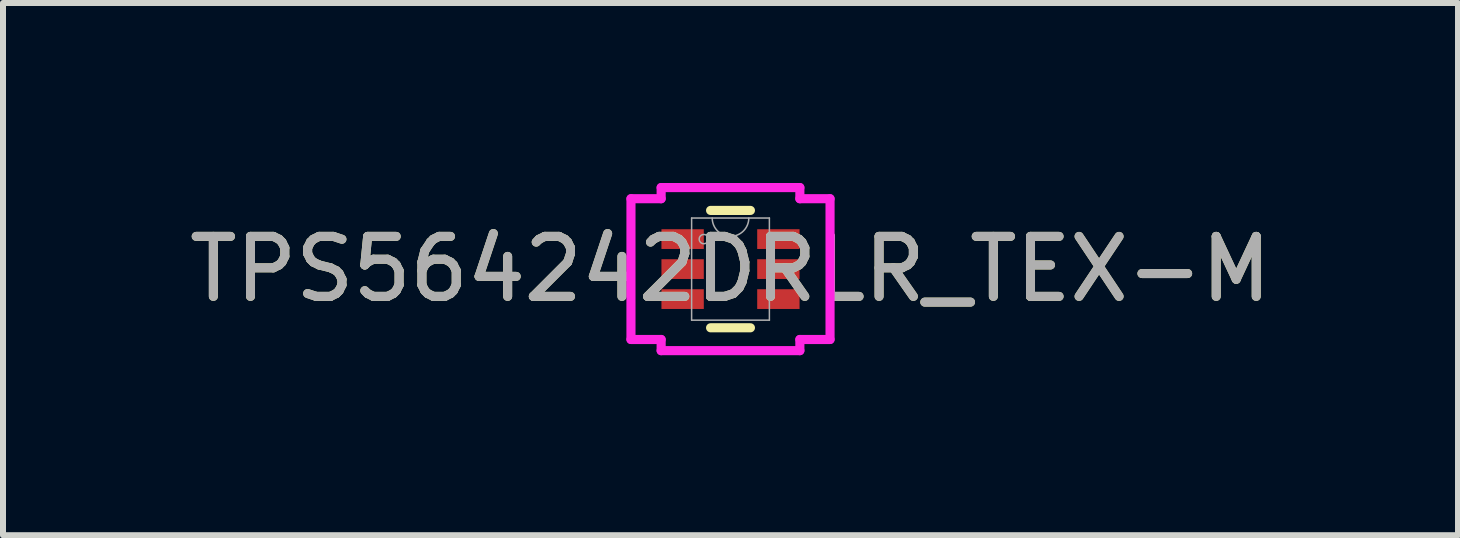
<source format=kicad_pcb>
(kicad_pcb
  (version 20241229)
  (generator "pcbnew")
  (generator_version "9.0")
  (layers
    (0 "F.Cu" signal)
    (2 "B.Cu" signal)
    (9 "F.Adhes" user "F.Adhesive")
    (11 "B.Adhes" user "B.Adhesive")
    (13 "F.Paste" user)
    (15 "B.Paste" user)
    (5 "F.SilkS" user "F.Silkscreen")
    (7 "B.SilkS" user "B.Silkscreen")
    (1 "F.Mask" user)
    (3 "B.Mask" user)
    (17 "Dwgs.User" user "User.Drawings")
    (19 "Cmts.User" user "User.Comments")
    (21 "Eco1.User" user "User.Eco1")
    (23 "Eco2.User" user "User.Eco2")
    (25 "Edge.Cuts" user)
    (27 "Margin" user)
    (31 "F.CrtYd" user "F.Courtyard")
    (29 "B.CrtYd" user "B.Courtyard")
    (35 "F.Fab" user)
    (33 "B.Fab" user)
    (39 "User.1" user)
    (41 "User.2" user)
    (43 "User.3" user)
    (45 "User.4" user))
  (footprint "TPS564242DRLR_TEX-M"
    (layer "F.Cu")
    (at 9.125 1.435)
    (property "Reference" "TPS564242DRLR_TEX-M" (at 0 0 0) (unlocked yes) (layer "F.SilkS") (effects (font (size 1 1) (thickness 0.15))))
    (attr smd)
    (fp_line (start -0.332 0.978) (end 0.332 0.978) (stroke (width 0.152) (type solid)) (layer "F.SilkS"))
    (fp_line (start 0.332 -0.978) (end -0.332 -0.978) (stroke (width 0.152) (type solid)) (layer "F.SilkS"))
    (fp_line (start -1.659 -1.173) (end -1.156 -1.173) (stroke (width 0.152) (type solid)) (layer "F.CrtYd"))
    (fp_line (start -1.659 1.173) (end -1.659 -1.173) (stroke (width 0.152) (type solid)) (layer "F.CrtYd"))
    (fp_line (start -1.156 -1.359) (end 1.156 -1.359) (stroke (width 0.152) (type solid)) (layer "F.CrtYd"))
    (fp_line (start -1.156 -1.173) (end -1.156 -1.359) (stroke (width 0.152) (type solid)) (layer "F.CrtYd"))
    (fp_line (start -1.156 1.173) (end -1.659 1.173) (stroke (width 0.152) (type solid)) (layer "F.CrtYd"))
    (fp_line (start -1.156 1.359) (end -1.156 1.173) (stroke (width 0.152) (type solid)) (layer "F.CrtYd"))
    (fp_line (start 1.156 -1.359) (end 1.156 -1.173) (stroke (width 0.152) (type solid)) (layer "F.CrtYd"))
    (fp_line (start 1.156 -1.173) (end 1.659 -1.173) (stroke (width 0.152) (type solid)) (layer "F.CrtYd"))
    (fp_line (start 1.156 1.173) (end 1.156 1.359) (stroke (width 0.152) (type solid)) (layer "F.CrtYd"))
    (fp_line (start 1.156 1.359) (end -1.156 1.359) (stroke (width 0.152) (type solid)) (layer "F.CrtYd"))
    (fp_line (start 1.659 -1.173) (end 1.659 1.173) (stroke (width 0.152) (type solid)) (layer "F.CrtYd"))
    (fp_line (start 1.659 1.173) (end 1.156 1.173) (stroke (width 0.152) (type solid)) (layer "F.CrtYd"))
    (fp_line (start -0.648 -0.851) (end -0.648 0.851) (stroke (width 0.025) (type solid)) (layer "F.Fab"))
    (fp_line (start -0.648 0.851) (end 0.648 0.851) (stroke (width 0.025) (type solid)) (layer "F.Fab"))
    (fp_line (start 0.648 -0.851) (end -0.648 -0.851) (stroke (width 0.025) (type solid)) (layer "F.Fab"))
    (fp_line (start 0.648 0.851) (end 0.648 -0.851) (stroke (width 0.025) (type solid)) (layer "F.Fab"))
    (fp_arc (start 0.3048 -0.8509) (mid 0 -0.5461) (end -0.3048 -0.8509) (stroke (width 0.0254) (type solid)) (layer "F.Fab"))
    (fp_circle (center -0.445 -0.5) (end -0.368 -0.5) (stroke (width 0.025) (type solid)) (fill no) (layer "F.Fab"))
    (fp_text user "${REFERENCE}" (at 0 0 0) (unlocked yes) (layer "F.Fab") (effects (font (size 1 1) (thickness 0.15))))
    (pad "1" smd rect (at -0.798 -0.5) (size 0.706 0.329) (layers "F.Cu" "F.Mask" "F.Paste"))
    (pad "2" smd rect (at -0.798 0) (size 0.706 0.329) (layers "F.Cu" "F.Mask" "F.Paste"))
    (pad "3" smd rect (at -0.798 0.5) (size 0.706 0.329) (layers "F.Cu" "F.Mask" "F.Paste"))
    (pad "4" smd rect (at 0.798 0.5) (size 0.706 0.329) (layers "F.Cu" "F.Mask" "F.Paste"))
    (pad "5" smd rect (at 0.798 0) (size 0.706 0.329) (layers "F.Cu" "F.Mask" "F.Paste"))
    (pad "6" smd rect (at 0.798 -0.5) (size 0.706 0.329) (layers "F.Cu" "F.Mask" "F.Paste")))
  (gr_rect
    (start -3 -3)
    (end 21.25 5.87)
    (stroke (width 0.1) (type default))
    (fill no)
    (layer "Edge.Cuts")))
</source>
